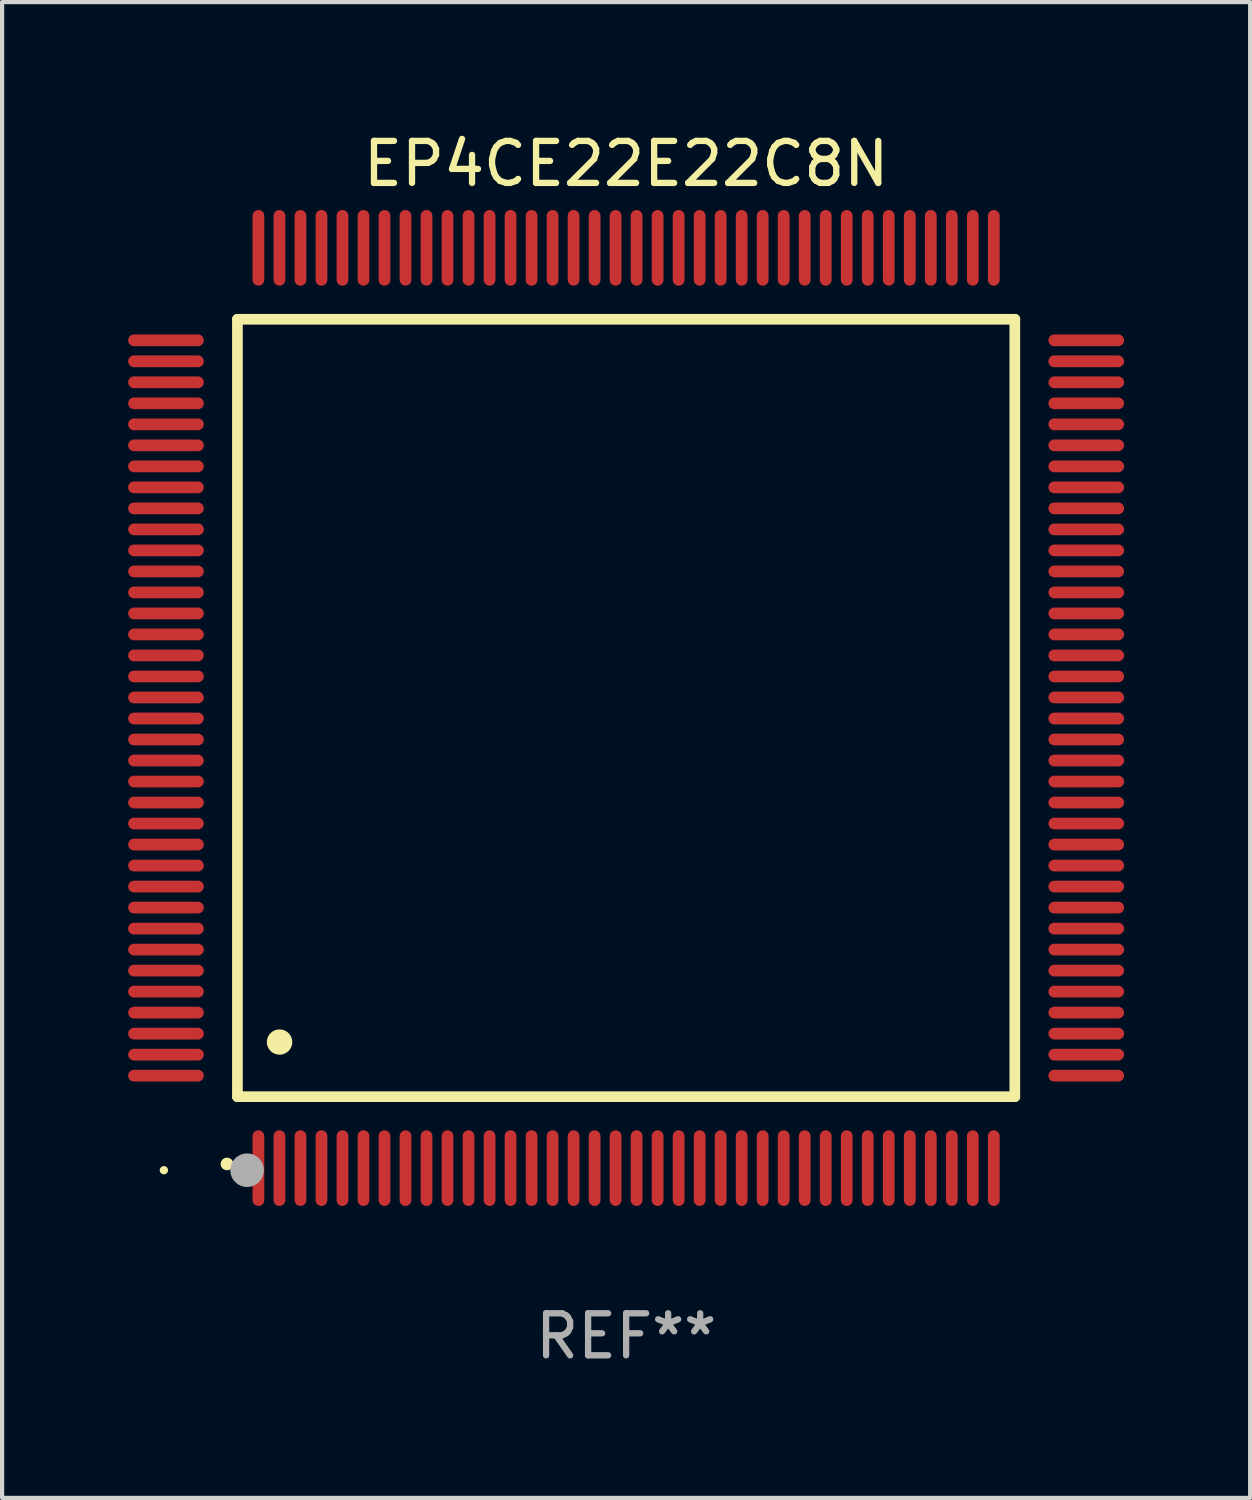
<source format=kicad_pcb>
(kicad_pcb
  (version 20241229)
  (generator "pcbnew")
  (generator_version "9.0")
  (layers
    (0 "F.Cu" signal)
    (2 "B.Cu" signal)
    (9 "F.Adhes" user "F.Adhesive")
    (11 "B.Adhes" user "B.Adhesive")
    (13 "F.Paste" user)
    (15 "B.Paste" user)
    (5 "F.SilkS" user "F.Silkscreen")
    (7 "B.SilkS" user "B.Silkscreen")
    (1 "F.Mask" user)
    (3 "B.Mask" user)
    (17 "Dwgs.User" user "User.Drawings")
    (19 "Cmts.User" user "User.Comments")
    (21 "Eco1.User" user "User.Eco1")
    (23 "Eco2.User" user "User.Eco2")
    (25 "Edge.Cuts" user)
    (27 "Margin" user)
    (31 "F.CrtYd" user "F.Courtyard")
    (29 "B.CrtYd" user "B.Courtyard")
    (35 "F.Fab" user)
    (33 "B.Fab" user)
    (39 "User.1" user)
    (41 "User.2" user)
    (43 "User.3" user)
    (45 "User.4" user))
  (footprint "EP4CE22E22C8N"
    (layer "F.Cu")
    (at 11.85 13.798)
    (property "Reference" "EP4CE22E22C8N" (at 0 -12.95 0) (layer "F.SilkS") (effects (font (size 1 1) (thickness 0.15))))
    (attr through_hole)
    (fp_line (start -9.25 -9.25) (end -9.25 9.25) (stroke (width 0.254) (type solid)) (layer "F.SilkS"))
    (fp_line (start -9.25 9.25) (end 9.25 9.25) (stroke (width 0.254) (type solid)) (layer "F.SilkS"))
    (fp_line (start 9.25 -9.25) (end -9.25 -9.25) (stroke (width 0.254) (type solid)) (layer "F.SilkS"))
    (fp_line (start 9.25 9.25) (end 9.25 -9.25) (stroke (width 0.254) (type solid)) (layer "F.SilkS"))
    (fp_arc (start -9.499619 10.850902) (mid -9.498349 10.850897) (end -9.497079 10.850902) (stroke (width 0.3) (type solid)) (layer "F.SilkS"))
    (fp_arc (start -8.249936 7.950216) (mid -8.247396 7.950205) (end -8.244856 7.950216) (stroke (width 0.6) (type solid)) (layer "F.SilkS"))
    (fp_circle (center -11 11) (end -10.95 11) (stroke (width 0.1) (type solid)) (fill no) (layer "F.SilkS"))
    (fp_circle (center -9.02 11) (end -8.82 11) (stroke (width 0.4) (type solid)) (fill no) (layer "F.Fab"))
    (fp_text user "REF**" (at 0 14.95 0) (layer "F.Fab") (effects (font (size 1 1) (thickness 0.15))))
    (pad "1" smd oval (at -8.75 10.95) (size 0.28 1.8) (layers "F.Cu" "F.Mask" "F.Paste"))
    (pad "2" smd oval (at -8.25 10.95) (size 0.28 1.8) (layers "F.Cu" "F.Mask" "F.Paste"))
    (pad "3" smd oval (at -7.75 10.95) (size 0.28 1.8) (layers "F.Cu" "F.Mask" "F.Paste"))
    (pad "4" smd oval (at -7.25 10.95) (size 0.28 1.8) (layers "F.Cu" "F.Mask" "F.Paste"))
    (pad "5" smd oval (at -6.75 10.95) (size 0.28 1.8) (layers "F.Cu" "F.Mask" "F.Paste"))
    (pad "6" smd oval (at -6.25 10.95) (size 0.28 1.8) (layers "F.Cu" "F.Mask" "F.Paste"))
    (pad "7" smd oval (at -5.75 10.95) (size 0.28 1.8) (layers "F.Cu" "F.Mask" "F.Paste"))
    (pad "8" smd oval (at -5.25 10.95) (size 0.28 1.8) (layers "F.Cu" "F.Mask" "F.Paste"))
    (pad "9" smd oval (at -4.75 10.95) (size 0.28 1.8) (layers "F.Cu" "F.Mask" "F.Paste"))
    (pad "10" smd oval (at -4.25 10.95) (size 0.28 1.8) (layers "F.Cu" "F.Mask" "F.Paste"))
    (pad "11" smd oval (at -3.75 10.95) (size 0.28 1.8) (layers "F.Cu" "F.Mask" "F.Paste"))
    (pad "12" smd oval (at -3.25 10.95) (size 0.28 1.8) (layers "F.Cu" "F.Mask" "F.Paste"))
    (pad "13" smd oval (at -2.75 10.95) (size 0.28 1.8) (layers "F.Cu" "F.Mask" "F.Paste"))
    (pad "14" smd oval (at -2.25 10.95) (size 0.28 1.8) (layers "F.Cu" "F.Mask" "F.Paste"))
    (pad "15" smd oval (at -1.75 10.95) (size 0.28 1.8) (layers "F.Cu" "F.Mask" "F.Paste"))
    (pad "16" smd oval (at -1.25 10.95) (size 0.28 1.8) (layers "F.Cu" "F.Mask" "F.Paste"))
    (pad "17" smd oval (at -0.75 10.95) (size 0.28 1.8) (layers "F.Cu" "F.Mask" "F.Paste"))
    (pad "18" smd oval (at -0.25 10.95) (size 0.28 1.8) (layers "F.Cu" "F.Mask" "F.Paste"))
    (pad "19" smd oval (at 0.25 10.95) (size 0.28 1.8) (layers "F.Cu" "F.Mask" "F.Paste"))
    (pad "20" smd oval (at 0.75 10.95) (size 0.28 1.8) (layers "F.Cu" "F.Mask" "F.Paste"))
    (pad "21" smd oval (at 1.25 10.95) (size 0.28 1.8) (layers "F.Cu" "F.Mask" "F.Paste"))
    (pad "22" smd oval (at 1.75 10.95) (size 0.28 1.8) (layers "F.Cu" "F.Mask" "F.Paste"))
    (pad "23" smd oval (at 2.25 10.95) (size 0.28 1.8) (layers "F.Cu" "F.Mask" "F.Paste"))
    (pad "24" smd oval (at 2.75 10.95) (size 0.28 1.8) (layers "F.Cu" "F.Mask" "F.Paste"))
    (pad "25" smd oval (at 3.25 10.95) (size 0.28 1.8) (layers "F.Cu" "F.Mask" "F.Paste"))
    (pad "26" smd oval (at 3.75 10.95) (size 0.28 1.8) (layers "F.Cu" "F.Mask" "F.Paste"))
    (pad "27" smd oval (at 4.25 10.95) (size 0.28 1.8) (layers "F.Cu" "F.Mask" "F.Paste"))
    (pad "28" smd oval (at 4.75 10.95) (size 0.28 1.8) (layers "F.Cu" "F.Mask" "F.Paste"))
    (pad "29" smd oval (at 5.25 10.95) (size 0.28 1.8) (layers "F.Cu" "F.Mask" "F.Paste"))
    (pad "30" smd oval (at 5.75 10.95) (size 0.28 1.8) (layers "F.Cu" "F.Mask" "F.Paste"))
    (pad "31" smd oval (at 6.25 10.95) (size 0.28 1.8) (layers "F.Cu" "F.Mask" "F.Paste"))
    (pad "32" smd oval (at 6.75 10.95) (size 0.28 1.8) (layers "F.Cu" "F.Mask" "F.Paste"))
    (pad "33" smd oval (at 7.25 10.95) (size 0.28 1.8) (layers "F.Cu" "F.Mask" "F.Paste"))
    (pad "34" smd oval (at 7.75 10.95) (size 0.28 1.8) (layers "F.Cu" "F.Mask" "F.Paste"))
    (pad "35" smd oval (at 8.25 10.95) (size 0.28 1.8) (layers "F.Cu" "F.Mask" "F.Paste"))
    (pad "36" smd oval (at 8.75 10.95) (size 0.28 1.8) (layers "F.Cu" "F.Mask" "F.Paste"))
    (pad "37" smd oval (at 10.95 8.75) (size 1.8 0.28) (layers "F.Cu" "F.Mask" "F.Paste"))
    (pad "38" smd oval (at 10.95 8.25) (size 1.8 0.28) (layers "F.Cu" "F.Mask" "F.Paste"))
    (pad "39" smd oval (at 10.95 7.75) (size 1.8 0.28) (layers "F.Cu" "F.Mask" "F.Paste"))
    (pad "40" smd oval (at 10.95 7.25) (size 1.8 0.28) (layers "F.Cu" "F.Mask" "F.Paste"))
    (pad "41" smd oval (at 10.95 6.75) (size 1.8 0.28) (layers "F.Cu" "F.Mask" "F.Paste"))
    (pad "42" smd oval (at 10.95 6.25) (size 1.8 0.28) (layers "F.Cu" "F.Mask" "F.Paste"))
    (pad "43" smd oval (at 10.95 5.75) (size 1.8 0.28) (layers "F.Cu" "F.Mask" "F.Paste"))
    (pad "44" smd oval (at 10.95 5.25) (size 1.8 0.28) (layers "F.Cu" "F.Mask" "F.Paste"))
    (pad "45" smd oval (at 10.95 4.75) (size 1.8 0.28) (layers "F.Cu" "F.Mask" "F.Paste"))
    (pad "46" smd oval (at 10.95 4.25) (size 1.8 0.28) (layers "F.Cu" "F.Mask" "F.Paste"))
    (pad "47" smd oval (at 10.95 3.75) (size 1.8 0.28) (layers "F.Cu" "F.Mask" "F.Paste"))
    (pad "48" smd oval (at 10.95 3.25) (size 1.8 0.28) (layers "F.Cu" "F.Mask" "F.Paste"))
    (pad "49" smd oval (at 10.95 2.75) (size 1.8 0.28) (layers "F.Cu" "F.Mask" "F.Paste"))
    (pad "50" smd oval (at 10.95 2.25) (size 1.8 0.28) (layers "F.Cu" "F.Mask" "F.Paste"))
    (pad "51" smd oval (at 10.95 1.75) (size 1.8 0.28) (layers "F.Cu" "F.Mask" "F.Paste"))
    (pad "52" smd oval (at 10.95 1.25) (size 1.8 0.28) (layers "F.Cu" "F.Mask" "F.Paste"))
    (pad "53" smd oval (at 10.95 0.75) (size 1.8 0.28) (layers "F.Cu" "F.Mask" "F.Paste"))
    (pad "54" smd oval (at 10.95 0.25) (size 1.8 0.28) (layers "F.Cu" "F.Mask" "F.Paste"))
    (pad "55" smd oval (at 10.95 -0.25) (size 1.8 0.28) (layers "F.Cu" "F.Mask" "F.Paste"))
    (pad "56" smd oval (at 10.95 -0.75) (size 1.8 0.28) (layers "F.Cu" "F.Mask" "F.Paste"))
    (pad "57" smd oval (at 10.95 -1.25) (size 1.8 0.28) (layers "F.Cu" "F.Mask" "F.Paste"))
    (pad "58" smd oval (at 10.95 -1.75) (size 1.8 0.28) (layers "F.Cu" "F.Mask" "F.Paste"))
    (pad "59" smd oval (at 10.95 -2.25) (size 1.8 0.28) (layers "F.Cu" "F.Mask" "F.Paste"))
    (pad "60" smd oval (at 10.95 -2.75) (size 1.8 0.28) (layers "F.Cu" "F.Mask" "F.Paste"))
    (pad "61" smd oval (at 10.95 -3.25) (size 1.8 0.28) (layers "F.Cu" "F.Mask" "F.Paste"))
    (pad "62" smd oval (at 10.95 -3.75) (size 1.8 0.28) (layers "F.Cu" "F.Mask" "F.Paste"))
    (pad "63" smd oval (at 10.95 -4.25) (size 1.8 0.28) (layers "F.Cu" "F.Mask" "F.Paste"))
    (pad "64" smd oval (at 10.95 -4.75) (size 1.8 0.28) (layers "F.Cu" "F.Mask" "F.Paste"))
    (pad "65" smd oval (at 10.95 -5.25) (size 1.8 0.28) (layers "F.Cu" "F.Mask" "F.Paste"))
    (pad "66" smd oval (at 10.95 -5.75) (size 1.8 0.28) (layers "F.Cu" "F.Mask" "F.Paste"))
    (pad "67" smd oval (at 10.95 -6.25) (size 1.8 0.28) (layers "F.Cu" "F.Mask" "F.Paste"))
    (pad "68" smd oval (at 10.95 -6.75) (size 1.8 0.28) (layers "F.Cu" "F.Mask" "F.Paste"))
    (pad "69" smd oval (at 10.95 -7.25) (size 1.8 0.28) (layers "F.Cu" "F.Mask" "F.Paste"))
    (pad "70" smd oval (at 10.95 -7.75) (size 1.8 0.28) (layers "F.Cu" "F.Mask" "F.Paste"))
    (pad "71" smd oval (at 10.95 -8.25) (size 1.8 0.28) (layers "F.Cu" "F.Mask" "F.Paste"))
    (pad "72" smd oval (at 10.95 -8.75) (size 1.8 0.28) (layers "F.Cu" "F.Mask" "F.Paste"))
    (pad "73" smd oval (at 8.75 -10.95) (size 0.28 1.8) (layers "F.Cu" "F.Mask" "F.Paste"))
    (pad "74" smd oval (at 8.25 -10.95) (size 0.28 1.8) (layers "F.Cu" "F.Mask" "F.Paste"))
    (pad "75" smd oval (at 7.75 -10.95) (size 0.28 1.8) (layers "F.Cu" "F.Mask" "F.Paste"))
    (pad "76" smd oval (at 7.25 -10.95) (size 0.28 1.8) (layers "F.Cu" "F.Mask" "F.Paste"))
    (pad "77" smd oval (at 6.75 -10.95) (size 0.28 1.8) (layers "F.Cu" "F.Mask" "F.Paste"))
    (pad "78" smd oval (at 6.25 -10.95) (size 0.28 1.8) (layers "F.Cu" "F.Mask" "F.Paste"))
    (pad "79" smd oval (at 5.75 -10.95) (size 0.28 1.8) (layers "F.Cu" "F.Mask" "F.Paste"))
    (pad "80" smd oval (at 5.25 -10.95) (size 0.28 1.8) (layers "F.Cu" "F.Mask" "F.Paste"))
    (pad "81" smd oval (at 4.75 -10.95) (size 0.28 1.8) (layers "F.Cu" "F.Mask" "F.Paste"))
    (pad "82" smd oval (at 4.25 -10.95) (size 0.28 1.8) (layers "F.Cu" "F.Mask" "F.Paste"))
    (pad "83" smd oval (at 3.75 -10.95) (size 0.28 1.8) (layers "F.Cu" "F.Mask" "F.Paste"))
    (pad "84" smd oval (at 3.25 -10.95) (size 0.28 1.8) (layers "F.Cu" "F.Mask" "F.Paste"))
    (pad "85" smd oval (at 2.75 -10.95) (size 0.28 1.8) (layers "F.Cu" "F.Mask" "F.Paste"))
    (pad "86" smd oval (at 2.25 -10.95) (size 0.28 1.8) (layers "F.Cu" "F.Mask" "F.Paste"))
    (pad "87" smd oval (at 1.75 -10.95) (size 0.28 1.8) (layers "F.Cu" "F.Mask" "F.Paste"))
    (pad "88" smd oval (at 1.25 -10.95) (size 0.28 1.8) (layers "F.Cu" "F.Mask" "F.Paste"))
    (pad "89" smd oval (at 0.75 -10.95) (size 0.28 1.8) (layers "F.Cu" "F.Mask" "F.Paste"))
    (pad "90" smd oval (at 0.25 -10.95) (size 0.28 1.8) (layers "F.Cu" "F.Mask" "F.Paste"))
    (pad "91" smd oval (at -0.25 -10.95) (size 0.28 1.8) (layers "F.Cu" "F.Mask" "F.Paste"))
    (pad "92" smd oval (at -0.75 -10.95) (size 0.28 1.8) (layers "F.Cu" "F.Mask" "F.Paste"))
    (pad "93" smd oval (at -1.25 -10.95) (size 0.28 1.8) (layers "F.Cu" "F.Mask" "F.Paste"))
    (pad "94" smd oval (at -1.75 -10.95) (size 0.28 1.8) (layers "F.Cu" "F.Mask" "F.Paste"))
    (pad "95" smd oval (at -2.25 -10.95) (size 0.28 1.8) (layers "F.Cu" "F.Mask" "F.Paste"))
    (pad "96" smd oval (at -2.75 -10.95) (size 0.28 1.8) (layers "F.Cu" "F.Mask" "F.Paste"))
    (pad "97" smd oval (at -3.25 -10.95) (size 0.28 1.8) (layers "F.Cu" "F.Mask" "F.Paste"))
    (pad "98" smd oval (at -3.75 -10.95) (size 0.28 1.8) (layers "F.Cu" "F.Mask" "F.Paste"))
    (pad "99" smd oval (at -4.25 -10.95) (size 0.28 1.8) (layers "F.Cu" "F.Mask" "F.Paste"))
    (pad "100" smd oval (at -4.75 -10.95) (size 0.28 1.8) (layers "F.Cu" "F.Mask" "F.Paste"))
    (pad "101" smd oval (at -5.25 -10.95) (size 0.28 1.8) (layers "F.Cu" "F.Mask" "F.Paste"))
    (pad "102" smd oval (at -5.75 -10.95) (size 0.28 1.8) (layers "F.Cu" "F.Mask" "F.Paste"))
    (pad "103" smd oval (at -6.25 -10.95) (size 0.28 1.8) (layers "F.Cu" "F.Mask" "F.Paste"))
    (pad "104" smd oval (at -6.75 -10.95) (size 0.28 1.8) (layers "F.Cu" "F.Mask" "F.Paste"))
    (pad "105" smd oval (at -7.25 -10.95) (size 0.28 1.8) (layers "F.Cu" "F.Mask" "F.Paste"))
    (pad "106" smd oval (at -7.75 -10.95) (size 0.28 1.8) (layers "F.Cu" "F.Mask" "F.Paste"))
    (pad "107" smd oval (at -8.25 -10.95) (size 0.28 1.8) (layers "F.Cu" "F.Mask" "F.Paste"))
    (pad "108" smd oval (at -8.75 -10.95) (size 0.28 1.8) (layers "F.Cu" "F.Mask" "F.Paste"))
    (pad "109" smd oval (at -10.95 -8.75) (size 1.8 0.28) (layers "F.Cu" "F.Mask" "F.Paste"))
    (pad "110" smd oval (at -10.95 -8.25) (size 1.8 0.28) (layers "F.Cu" "F.Mask" "F.Paste"))
    (pad "111" smd oval (at -10.95 -7.75) (size 1.8 0.28) (layers "F.Cu" "F.Mask" "F.Paste"))
    (pad "112" smd oval (at -10.95 -7.25) (size 1.8 0.28) (layers "F.Cu" "F.Mask" "F.Paste"))
    (pad "113" smd oval (at -10.95 -6.75) (size 1.8 0.28) (layers "F.Cu" "F.Mask" "F.Paste"))
    (pad "114" smd oval (at -10.95 -6.25) (size 1.8 0.28) (layers "F.Cu" "F.Mask" "F.Paste"))
    (pad "115" smd oval (at -10.95 -5.75) (size 1.8 0.28) (layers "F.Cu" "F.Mask" "F.Paste"))
    (pad "116" smd oval (at -10.95 -5.25) (size 1.8 0.28) (layers "F.Cu" "F.Mask" "F.Paste"))
    (pad "117" smd oval (at -10.95 -4.75) (size 1.8 0.28) (layers "F.Cu" "F.Mask" "F.Paste"))
    (pad "118" smd oval (at -10.95 -4.25) (size 1.8 0.28) (layers "F.Cu" "F.Mask" "F.Paste"))
    (pad "119" smd oval (at -10.95 -3.75) (size 1.8 0.28) (layers "F.Cu" "F.Mask" "F.Paste"))
    (pad "120" smd oval (at -10.95 -3.25) (size 1.8 0.28) (layers "F.Cu" "F.Mask" "F.Paste"))
    (pad "121" smd oval (at -10.95 -2.75) (size 1.8 0.28) (layers "F.Cu" "F.Mask" "F.Paste"))
    (pad "122" smd oval (at -10.95 -2.25) (size 1.8 0.28) (layers "F.Cu" "F.Mask" "F.Paste"))
    (pad "123" smd oval (at -10.95 -1.75) (size 1.8 0.28) (layers "F.Cu" "F.Mask" "F.Paste"))
    (pad "124" smd oval (at -10.95 -1.25) (size 1.8 0.28) (layers "F.Cu" "F.Mask" "F.Paste"))
    (pad "125" smd oval (at -10.95 -0.75) (size 1.8 0.28) (layers "F.Cu" "F.Mask" "F.Paste"))
    (pad "126" smd oval (at -10.95 -0.25) (size 1.8 0.28) (layers "F.Cu" "F.Mask" "F.Paste"))
    (pad "127" smd oval (at -10.95 0.25) (size 1.8 0.28) (layers "F.Cu" "F.Mask" "F.Paste"))
    (pad "128" smd oval (at -10.95 0.75) (size 1.8 0.28) (layers "F.Cu" "F.Mask" "F.Paste"))
    (pad "129" smd oval (at -10.95 1.25) (size 1.8 0.28) (layers "F.Cu" "F.Mask" "F.Paste"))
    (pad "130" smd oval (at -10.95 1.75) (size 1.8 0.28) (layers "F.Cu" "F.Mask" "F.Paste"))
    (pad "131" smd oval (at -10.95 2.25) (size 1.8 0.28) (layers "F.Cu" "F.Mask" "F.Paste"))
    (pad "132" smd oval (at -10.95 2.75) (size 1.8 0.28) (layers "F.Cu" "F.Mask" "F.Paste"))
    (pad "133" smd oval (at -10.95 3.25) (size 1.8 0.28) (layers "F.Cu" "F.Mask" "F.Paste"))
    (pad "134" smd oval (at -10.95 3.75) (size 1.8 0.28) (layers "F.Cu" "F.Mask" "F.Paste"))
    (pad "135" smd oval (at -10.95 4.25) (size 1.8 0.28) (layers "F.Cu" "F.Mask" "F.Paste"))
    (pad "136" smd oval (at -10.95 4.75) (size 1.8 0.28) (layers "F.Cu" "F.Mask" "F.Paste"))
    (pad "137" smd oval (at -10.95 5.25) (size 1.8 0.28) (layers "F.Cu" "F.Mask" "F.Paste"))
    (pad "138" smd oval (at -10.95 5.75) (size 1.8 0.28) (layers "F.Cu" "F.Mask" "F.Paste"))
    (pad "139" smd oval (at -10.95 6.25) (size 1.8 0.28) (layers "F.Cu" "F.Mask" "F.Paste"))
    (pad "140" smd oval (at -10.95 6.75) (size 1.8 0.28) (layers "F.Cu" "F.Mask" "F.Paste"))
    (pad "141" smd oval (at -10.95 7.25) (size 1.8 0.28) (layers "F.Cu" "F.Mask" "F.Paste"))
    (pad "142" smd oval (at -10.95 7.75) (size 1.8 0.28) (layers "F.Cu" "F.Mask" "F.Paste"))
    (pad "143" smd oval (at -10.95 8.25) (size 1.8 0.28) (layers "F.Cu" "F.Mask" "F.Paste"))
    (pad "144" smd oval (at -10.95 8.75) (size 1.8 0.28) (layers "F.Cu" "F.Mask" "F.Paste")))
  (gr_rect
    (start -3 -3)
    (end 26.7 32.596)
    (stroke (width 0.1) (type default))
    (fill no)
    (layer "Edge.Cuts")))
</source>
